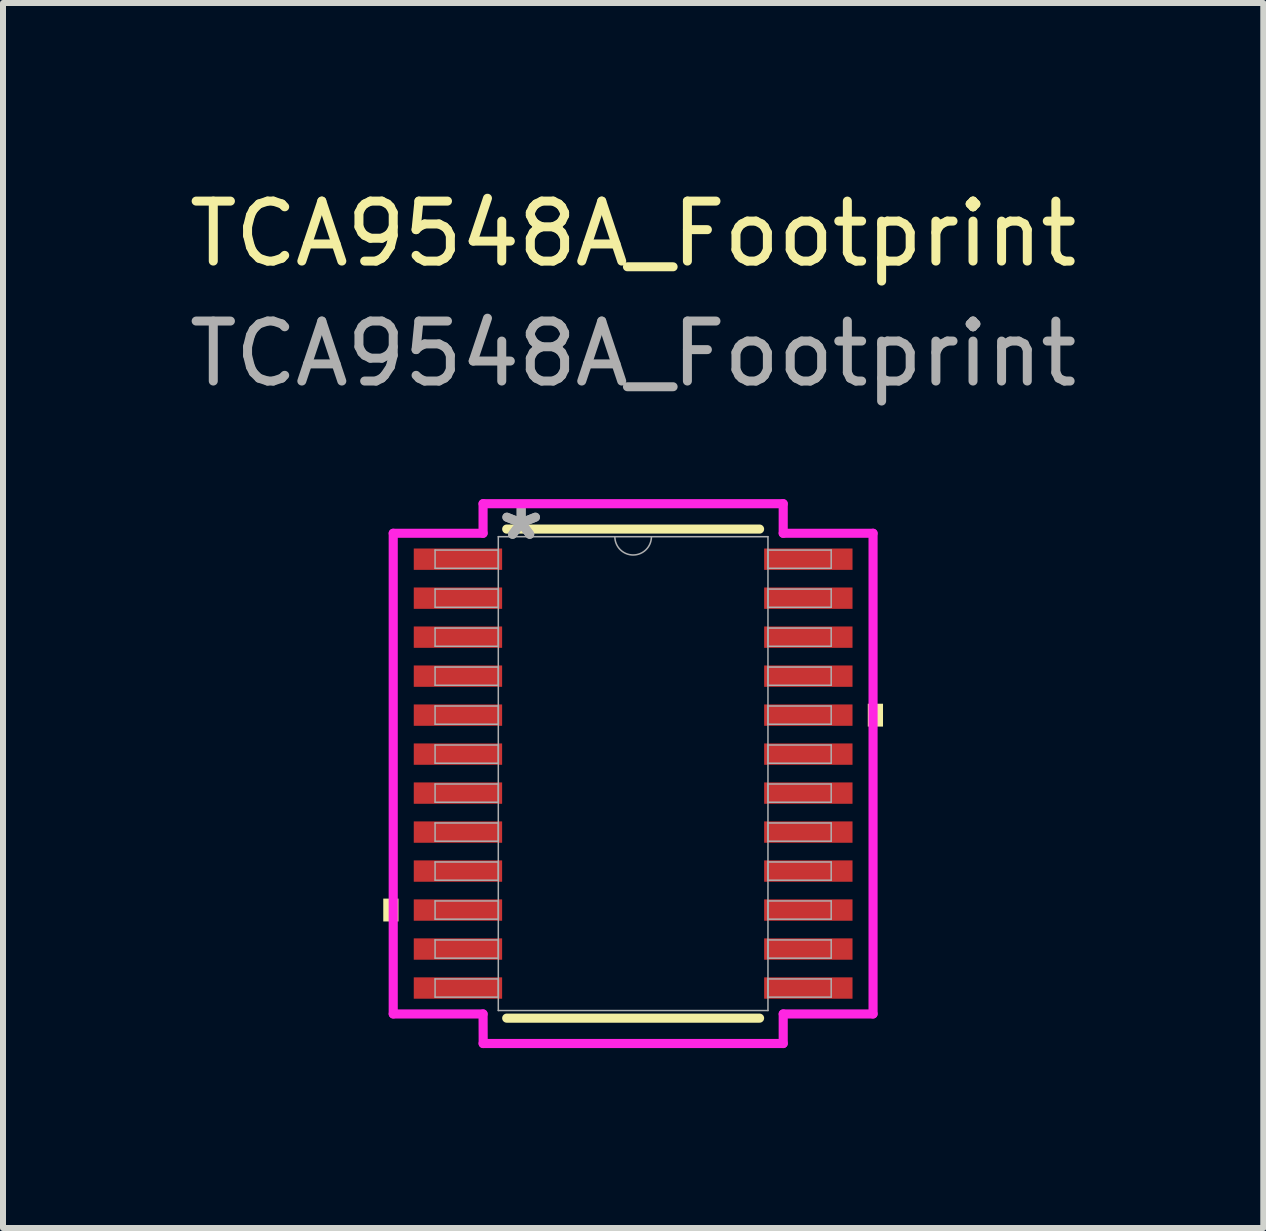
<source format=kicad_pcb>
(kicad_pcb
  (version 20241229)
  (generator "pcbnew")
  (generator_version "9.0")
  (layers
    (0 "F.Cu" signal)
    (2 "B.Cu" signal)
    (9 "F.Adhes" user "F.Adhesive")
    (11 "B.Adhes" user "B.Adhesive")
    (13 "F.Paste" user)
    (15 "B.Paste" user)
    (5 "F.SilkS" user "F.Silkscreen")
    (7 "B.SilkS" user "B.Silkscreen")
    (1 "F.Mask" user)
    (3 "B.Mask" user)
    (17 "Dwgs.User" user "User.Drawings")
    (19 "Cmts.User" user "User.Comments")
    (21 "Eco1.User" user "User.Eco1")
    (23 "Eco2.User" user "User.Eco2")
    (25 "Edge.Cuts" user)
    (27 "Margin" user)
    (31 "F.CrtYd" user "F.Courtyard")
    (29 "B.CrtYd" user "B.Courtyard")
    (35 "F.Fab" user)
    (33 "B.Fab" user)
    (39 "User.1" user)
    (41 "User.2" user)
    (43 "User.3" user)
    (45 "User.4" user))
  (footprint "TCA9548A_Footprint"
    (layer "F.Cu")
    (at 7.506 9.848)
    (property "Reference" "TCA9548A_Footprint" (at 0 -9 0) (unlocked yes) (layer "F.SilkS") (effects (font (size 1 1) (thickness 0.15))))
    (attr smd)
    (fp_line (start -2.108 4.077) (end 2.108 4.077) (stroke (width 0.152) (type solid)) (layer "F.SilkS"))
    (fp_line (start 2.108 -4.077) (end -2.108 -4.077) (stroke (width 0.152) (type solid)) (layer "F.SilkS"))
    (fp_poly (pts (xy -4.166 2.084) (xy -4.166 2.465) (xy -3.912 2.465) (xy -3.912 2.084)) (stroke (width 0) (type solid)) (fill yes) (layer "F.SilkS"))
    (fp_poly (pts (xy 4.166 -1.165) (xy 4.166 -0.784) (xy 3.912 -0.784) (xy 3.912 -1.165)) (stroke (width 0) (type solid)) (fill yes) (layer "F.SilkS"))
    (fp_line (start -4 -4.007) (end -2.502 -4.007) (stroke (width 0.152) (type solid)) (layer "F.CrtYd"))
    (fp_line (start -4 4.007) (end -4 -4.007) (stroke (width 0.152) (type solid)) (layer "F.CrtYd"))
    (fp_line (start -4 4.007) (end -2.502 4.007) (stroke (width 0.152) (type solid)) (layer "F.CrtYd"))
    (fp_line (start -2.502 -4.5) (end 2.502 -4.5) (stroke (width 0.152) (type solid)) (layer "F.CrtYd"))
    (fp_line (start -2.502 -4.007) (end -2.502 -4.5) (stroke (width 0.152) (type solid)) (layer "F.CrtYd"))
    (fp_line (start -2.5 4.5) (end -2.502 4.007) (stroke (width 0.152) (type solid)) (layer "F.CrtYd"))
    (fp_line (start 2.502 -4.5) (end 2.502 -4.007) (stroke (width 0.152) (type solid)) (layer "F.CrtYd"))
    (fp_line (start 2.502 4.007) (end 2.502 4.5) (stroke (width 0.152) (type solid)) (layer "F.CrtYd"))
    (fp_line (start 2.502 4.5) (end -2.502 4.5) (stroke (width 0.152) (type solid)) (layer "F.CrtYd"))
    (fp_line (start 4 -4.007) (end 2.502 -4.007) (stroke (width 0.152) (type solid)) (layer "F.CrtYd"))
    (fp_line (start 4 -4.007) (end 4 4.007) (stroke (width 0.152) (type solid)) (layer "F.CrtYd"))
    (fp_line (start 4 4.007) (end 2.502 4.007) (stroke (width 0.152) (type solid)) (layer "F.CrtYd"))
    (fp_line (start -3.302 -3.727) (end -3.302 -3.423) (stroke (width 0.025) (type solid)) (layer "F.Fab"))
    (fp_line (start -3.302 -3.423) (end -2.248 -3.423) (stroke (width 0.025) (type solid)) (layer "F.Fab"))
    (fp_line (start -3.302 -3.077) (end -3.302 -2.773) (stroke (width 0.025) (type solid)) (layer "F.Fab"))
    (fp_line (start -3.302 -2.773) (end -2.248 -2.773) (stroke (width 0.025) (type solid)) (layer "F.Fab"))
    (fp_line (start -3.302 -2.427) (end -3.302 -2.123) (stroke (width 0.025) (type solid)) (layer "F.Fab"))
    (fp_line (start -3.302 -2.123) (end -2.248 -2.123) (stroke (width 0.025) (type solid)) (layer "F.Fab"))
    (fp_line (start -3.302 -1.777) (end -3.302 -1.473) (stroke (width 0.025) (type solid)) (layer "F.Fab"))
    (fp_line (start -3.302 -1.473) (end -2.248 -1.473) (stroke (width 0.025) (type solid)) (layer "F.Fab"))
    (fp_line (start -3.302 -1.127) (end -3.302 -0.823) (stroke (width 0.025) (type solid)) (layer "F.Fab"))
    (fp_line (start -3.302 -0.823) (end -2.248 -0.823) (stroke (width 0.025) (type solid)) (layer "F.Fab"))
    (fp_line (start -3.302 -0.477) (end -3.302 -0.173) (stroke (width 0.025) (type solid)) (layer "F.Fab"))
    (fp_line (start -3.302 -0.173) (end -2.248 -0.173) (stroke (width 0.025) (type solid)) (layer "F.Fab"))
    (fp_line (start -3.302 0.173) (end -3.302 0.477) (stroke (width 0.025) (type solid)) (layer "F.Fab"))
    (fp_line (start -3.302 0.477) (end -2.248 0.477) (stroke (width 0.025) (type solid)) (layer "F.Fab"))
    (fp_line (start -3.302 0.823) (end -3.302 1.127) (stroke (width 0.025) (type solid)) (layer "F.Fab"))
    (fp_line (start -3.302 1.127) (end -2.248 1.127) (stroke (width 0.025) (type solid)) (layer "F.Fab"))
    (fp_line (start -3.302 1.473) (end -3.302 1.777) (stroke (width 0.025) (type solid)) (layer "F.Fab"))
    (fp_line (start -3.302 1.777) (end -2.248 1.777) (stroke (width 0.025) (type solid)) (layer "F.Fab"))
    (fp_line (start -3.302 2.123) (end -3.302 2.427) (stroke (width 0.025) (type solid)) (layer "F.Fab"))
    (fp_line (start -3.302 2.427) (end -2.248 2.427) (stroke (width 0.025) (type solid)) (layer "F.Fab"))
    (fp_line (start -3.302 2.773) (end -3.302 3.077) (stroke (width 0.025) (type solid)) (layer "F.Fab"))
    (fp_line (start -3.302 3.077) (end -2.248 3.077) (stroke (width 0.025) (type solid)) (layer "F.Fab"))
    (fp_line (start -3.302 3.423) (end -3.302 3.727) (stroke (width 0.025) (type solid)) (layer "F.Fab"))
    (fp_line (start -3.302 3.727) (end -2.248 3.727) (stroke (width 0.025) (type solid)) (layer "F.Fab"))
    (fp_line (start -2.248 -3.95) (end -2.248 3.95) (stroke (width 0.025) (type solid)) (layer "F.Fab"))
    (fp_line (start -2.248 -3.727) (end -3.302 -3.727) (stroke (width 0.025) (type solid)) (layer "F.Fab"))
    (fp_line (start -2.248 -3.423) (end -2.248 -3.727) (stroke (width 0.025) (type solid)) (layer "F.Fab"))
    (fp_line (start -2.248 -3.077) (end -3.302 -3.077) (stroke (width 0.025) (type solid)) (layer "F.Fab"))
    (fp_line (start -2.248 -2.773) (end -2.248 -3.077) (stroke (width 0.025) (type solid)) (layer "F.Fab"))
    (fp_line (start -2.248 -2.427) (end -3.302 -2.427) (stroke (width 0.025) (type solid)) (layer "F.Fab"))
    (fp_line (start -2.248 -2.123) (end -2.248 -2.427) (stroke (width 0.025) (type solid)) (layer "F.Fab"))
    (fp_line (start -2.248 -1.777) (end -3.302 -1.777) (stroke (width 0.025) (type solid)) (layer "F.Fab"))
    (fp_line (start -2.248 -1.473) (end -2.248 -1.777) (stroke (width 0.025) (type solid)) (layer "F.Fab"))
    (fp_line (start -2.248 -1.127) (end -3.302 -1.127) (stroke (width 0.025) (type solid)) (layer "F.Fab"))
    (fp_line (start -2.248 -0.823) (end -2.248 -1.127) (stroke (width 0.025) (type solid)) (layer "F.Fab"))
    (fp_line (start -2.248 -0.477) (end -3.302 -0.477) (stroke (width 0.025) (type solid)) (layer "F.Fab"))
    (fp_line (start -2.248 -0.173) (end -2.248 -0.477) (stroke (width 0.025) (type solid)) (layer "F.Fab"))
    (fp_line (start -2.248 0.173) (end -3.302 0.173) (stroke (width 0.025) (type solid)) (layer "F.Fab"))
    (fp_line (start -2.248 0.477) (end -2.248 0.173) (stroke (width 0.025) (type solid)) (layer "F.Fab"))
    (fp_line (start -2.248 0.823) (end -3.302 0.823) (stroke (width 0.025) (type solid)) (layer "F.Fab"))
    (fp_line (start -2.248 1.127) (end -2.248 0.823) (stroke (width 0.025) (type solid)) (layer "F.Fab"))
    (fp_line (start -2.248 1.473) (end -3.302 1.473) (stroke (width 0.025) (type solid)) (layer "F.Fab"))
    (fp_line (start -2.248 1.777) (end -2.248 1.473) (stroke (width 0.025) (type solid)) (layer "F.Fab"))
    (fp_line (start -2.248 2.123) (end -3.302 2.123) (stroke (width 0.025) (type solid)) (layer "F.Fab"))
    (fp_line (start -2.248 2.427) (end -2.248 2.123) (stroke (width 0.025) (type solid)) (layer "F.Fab"))
    (fp_line (start -2.248 2.773) (end -3.302 2.773) (stroke (width 0.025) (type solid)) (layer "F.Fab"))
    (fp_line (start -2.248 3.077) (end -2.248 2.773) (stroke (width 0.025) (type solid)) (layer "F.Fab"))
    (fp_line (start -2.248 3.423) (end -3.302 3.423) (stroke (width 0.025) (type solid)) (layer "F.Fab"))
    (fp_line (start -2.248 3.727) (end -2.248 3.423) (stroke (width 0.025) (type solid)) (layer "F.Fab"))
    (fp_line (start -2.248 3.95) (end 2.248 3.95) (stroke (width 0.025) (type solid)) (layer "F.Fab"))
    (fp_line (start 2.248 -3.95) (end -2.248 -3.95) (stroke (width 0.025) (type solid)) (layer "F.Fab"))
    (fp_line (start 2.248 -3.727) (end 2.248 -3.423) (stroke (width 0.025) (type solid)) (layer "F.Fab"))
    (fp_line (start 2.248 -3.423) (end 3.302 -3.423) (stroke (width 0.025) (type solid)) (layer "F.Fab"))
    (fp_line (start 2.248 -3.077) (end 2.248 -2.773) (stroke (width 0.025) (type solid)) (layer "F.Fab"))
    (fp_line (start 2.248 -2.773) (end 3.302 -2.773) (stroke (width 0.025) (type solid)) (layer "F.Fab"))
    (fp_line (start 2.248 -2.427) (end 2.248 -2.123) (stroke (width 0.025) (type solid)) (layer "F.Fab"))
    (fp_line (start 2.248 -2.123) (end 3.302 -2.123) (stroke (width 0.025) (type solid)) (layer "F.Fab"))
    (fp_line (start 2.248 -1.777) (end 2.248 -1.473) (stroke (width 0.025) (type solid)) (layer "F.Fab"))
    (fp_line (start 2.248 -1.473) (end 3.302 -1.473) (stroke (width 0.025) (type solid)) (layer "F.Fab"))
    (fp_line (start 2.248 -1.127) (end 2.248 -0.823) (stroke (width 0.025) (type solid)) (layer "F.Fab"))
    (fp_line (start 2.248 -0.823) (end 3.302 -0.823) (stroke (width 0.025) (type solid)) (layer "F.Fab"))
    (fp_line (start 2.248 -0.477) (end 2.248 -0.173) (stroke (width 0.025) (type solid)) (layer "F.Fab"))
    (fp_line (start 2.248 -0.173) (end 3.302 -0.173) (stroke (width 0.025) (type solid)) (layer "F.Fab"))
    (fp_line (start 2.248 0.173) (end 2.248 0.477) (stroke (width 0.025) (type solid)) (layer "F.Fab"))
    (fp_line (start 2.248 0.477) (end 3.302 0.477) (stroke (width 0.025) (type solid)) (layer "F.Fab"))
    (fp_line (start 2.248 0.823) (end 2.248 1.127) (stroke (width 0.025) (type solid)) (layer "F.Fab"))
    (fp_line (start 2.248 1.127) (end 3.302 1.127) (stroke (width 0.025) (type solid)) (layer "F.Fab"))
    (fp_line (start 2.248 1.473) (end 2.248 1.777) (stroke (width 0.025) (type solid)) (layer "F.Fab"))
    (fp_line (start 2.248 1.777) (end 3.302 1.777) (stroke (width 0.025) (type solid)) (layer "F.Fab"))
    (fp_line (start 2.248 2.123) (end 2.248 2.427) (stroke (width 0.025) (type solid)) (layer "F.Fab"))
    (fp_line (start 2.248 2.427) (end 3.302 2.427) (stroke (width 0.025) (type solid)) (layer "F.Fab"))
    (fp_line (start 2.248 2.773) (end 2.248 3.077) (stroke (width 0.025) (type solid)) (layer "F.Fab"))
    (fp_line (start 2.248 3.077) (end 3.302 3.077) (stroke (width 0.025) (type solid)) (layer "F.Fab"))
    (fp_line (start 2.248 3.423) (end 2.248 3.727) (stroke (width 0.025) (type solid)) (layer "F.Fab"))
    (fp_line (start 2.248 3.727) (end 3.302 3.727) (stroke (width 0.025) (type solid)) (layer "F.Fab"))
    (fp_line (start 2.248 3.95) (end 2.248 -3.95) (stroke (width 0.025) (type solid)) (layer "F.Fab"))
    (fp_line (start 3.302 -3.727) (end 2.248 -3.727) (stroke (width 0.025) (type solid)) (layer "F.Fab"))
    (fp_line (start 3.302 -3.423) (end 3.302 -3.727) (stroke (width 0.025) (type solid)) (layer "F.Fab"))
    (fp_line (start 3.302 -3.077) (end 2.248 -3.077) (stroke (width 0.025) (type solid)) (layer "F.Fab"))
    (fp_line (start 3.302 -2.773) (end 3.302 -3.077) (stroke (width 0.025) (type solid)) (layer "F.Fab"))
    (fp_line (start 3.302 -2.427) (end 2.248 -2.427) (stroke (width 0.025) (type solid)) (layer "F.Fab"))
    (fp_line (start 3.302 -2.123) (end 3.302 -2.427) (stroke (width 0.025) (type solid)) (layer "F.Fab"))
    (fp_line (start 3.302 -1.777) (end 2.248 -1.777) (stroke (width 0.025) (type solid)) (layer "F.Fab"))
    (fp_line (start 3.302 -1.473) (end 3.302 -1.777) (stroke (width 0.025) (type solid)) (layer "F.Fab"))
    (fp_line (start 3.302 -1.127) (end 2.248 -1.127) (stroke (width 0.025) (type solid)) (layer "F.Fab"))
    (fp_line (start 3.302 -0.823) (end 3.302 -1.127) (stroke (width 0.025) (type solid)) (layer "F.Fab"))
    (fp_line (start 3.302 -0.477) (end 2.248 -0.477) (stroke (width 0.025) (type solid)) (layer "F.Fab"))
    (fp_line (start 3.302 -0.173) (end 3.302 -0.477) (stroke (width 0.025) (type solid)) (layer "F.Fab"))
    (fp_line (start 3.302 0.173) (end 2.248 0.173) (stroke (width 0.025) (type solid)) (layer "F.Fab"))
    (fp_line (start 3.302 0.477) (end 3.302 0.173) (stroke (width 0.025) (type solid)) (layer "F.Fab"))
    (fp_line (start 3.302 0.823) (end 2.248 0.823) (stroke (width 0.025) (type solid)) (layer "F.Fab"))
    (fp_line (start 3.302 1.127) (end 3.302 0.823) (stroke (width 0.025) (type solid)) (layer "F.Fab"))
    (fp_line (start 3.302 1.473) (end 2.248 1.473) (stroke (width 0.025) (type solid)) (layer "F.Fab"))
    (fp_line (start 3.302 1.777) (end 3.302 1.473) (stroke (width 0.025) (type solid)) (layer "F.Fab"))
    (fp_line (start 3.302 2.123) (end 2.248 2.123) (stroke (width 0.025) (type solid)) (layer "F.Fab"))
    (fp_line (start 3.302 2.427) (end 3.302 2.123) (stroke (width 0.025) (type solid)) (layer "F.Fab"))
    (fp_line (start 3.302 2.773) (end 2.248 2.773) (stroke (width 0.025) (type solid)) (layer "F.Fab"))
    (fp_line (start 3.302 3.077) (end 3.302 2.773) (stroke (width 0.025) (type solid)) (layer "F.Fab"))
    (fp_line (start 3.302 3.423) (end 2.248 3.423) (stroke (width 0.025) (type solid)) (layer "F.Fab"))
    (fp_line (start 3.302 3.727) (end 3.302 3.423) (stroke (width 0.025) (type solid)) (layer "F.Fab"))
    (fp_arc (start 0.3048 -3.9497) (mid 0 -3.6449) (end -0.3048 -3.9497) (stroke (width 0.0254) (type solid)) (layer "F.Fab"))
    (fp_text user "*" (at -1.867 -3.873 0) (unlocked yes) (layer "F.Fab") (effects (font (size 1 1) (thickness 0.15))))
    (fp_text user "${REFERENCE}" (at 0 -7 0) (unlocked yes) (layer "F.Fab") (effects (font (size 1 1) (thickness 0.15))))
    (fp_text user "*" (at -1.867 -3.873 0) (layer "F.Fab") (effects (font (size 1 1) (thickness 0.15))))
    (pad "1" smd rect (at -2.921 -3.575) (size 1.473 0.356) (layers "F.Cu" "F.Mask" "F.Paste"))
    (pad "2" smd rect (at -2.921 -2.925) (size 1.473 0.356) (layers "F.Cu" "F.Mask" "F.Paste"))
    (pad "3" smd rect (at -2.921 -2.275) (size 1.473 0.356) (layers "F.Cu" "F.Mask" "F.Paste"))
    (pad "4" smd rect (at -2.921 -1.625) (size 1.473 0.356) (layers "F.Cu" "F.Mask" "F.Paste"))
    (pad "5" smd rect (at -2.921 -0.975) (size 1.473 0.356) (layers "F.Cu" "F.Mask" "F.Paste"))
    (pad "6" smd rect (at -2.921 -0.325) (size 1.473 0.356) (layers "F.Cu" "F.Mask" "F.Paste"))
    (pad "7" smd rect (at -2.921 0.325) (size 1.473 0.356) (layers "F.Cu" "F.Mask" "F.Paste"))
    (pad "8" smd rect (at -2.921 0.975) (size 1.473 0.356) (layers "F.Cu" "F.Mask" "F.Paste"))
    (pad "9" smd rect (at -2.921 1.625) (size 1.473 0.356) (layers "F.Cu" "F.Mask" "F.Paste"))
    (pad "10" smd rect (at -2.921 2.275) (size 1.473 0.356) (layers "F.Cu" "F.Mask" "F.Paste"))
    (pad "11" smd rect (at -2.921 2.925) (size 1.473 0.356) (layers "F.Cu" "F.Mask" "F.Paste"))
    (pad "12" smd rect (at -2.921 3.575) (size 1.473 0.356) (layers "F.Cu" "F.Mask" "F.Paste"))
    (pad "13" smd rect (at 2.921 3.575) (size 1.473 0.356) (layers "F.Cu" "F.Mask" "F.Paste"))
    (pad "14" smd rect (at 2.921 2.925) (size 1.473 0.356) (layers "F.Cu" "F.Mask" "F.Paste"))
    (pad "15" smd rect (at 2.921 2.275) (size 1.473 0.356) (layers "F.Cu" "F.Mask" "F.Paste"))
    (pad "16" smd rect (at 2.921 1.625) (size 1.473 0.356) (layers "F.Cu" "F.Mask" "F.Paste"))
    (pad "17" smd rect (at 2.921 0.975) (size 1.473 0.356) (layers "F.Cu" "F.Mask" "F.Paste"))
    (pad "18" smd rect (at 2.921 0.325) (size 1.473 0.356) (layers "F.Cu" "F.Mask" "F.Paste"))
    (pad "19" smd rect (at 2.921 -0.325) (size 1.473 0.356) (layers "F.Cu" "F.Mask" "F.Paste"))
    (pad "20" smd rect (at 2.921 -0.975) (size 1.473 0.356) (layers "F.Cu" "F.Mask" "F.Paste"))
    (pad "21" smd rect (at 2.921 -1.625) (size 1.473 0.356) (layers "F.Cu" "F.Mask" "F.Paste"))
    (pad "22" smd rect (at 2.921 -2.275) (size 1.473 0.356) (layers "F.Cu" "F.Mask" "F.Paste"))
    (pad "23" smd rect (at 2.921 -2.925) (size 1.473 0.356) (layers "F.Cu" "F.Mask" "F.Paste"))
    (pad "24" smd rect (at 2.921 -3.575) (size 1.473 0.356) (layers "F.Cu" "F.Mask" "F.Paste")))
  (gr_rect
    (start -3 -3)
    (end 18.012 17.424)
    (stroke (width 0.1) (type default))
    (fill no)
    (layer "Edge.Cuts")))
</source>
